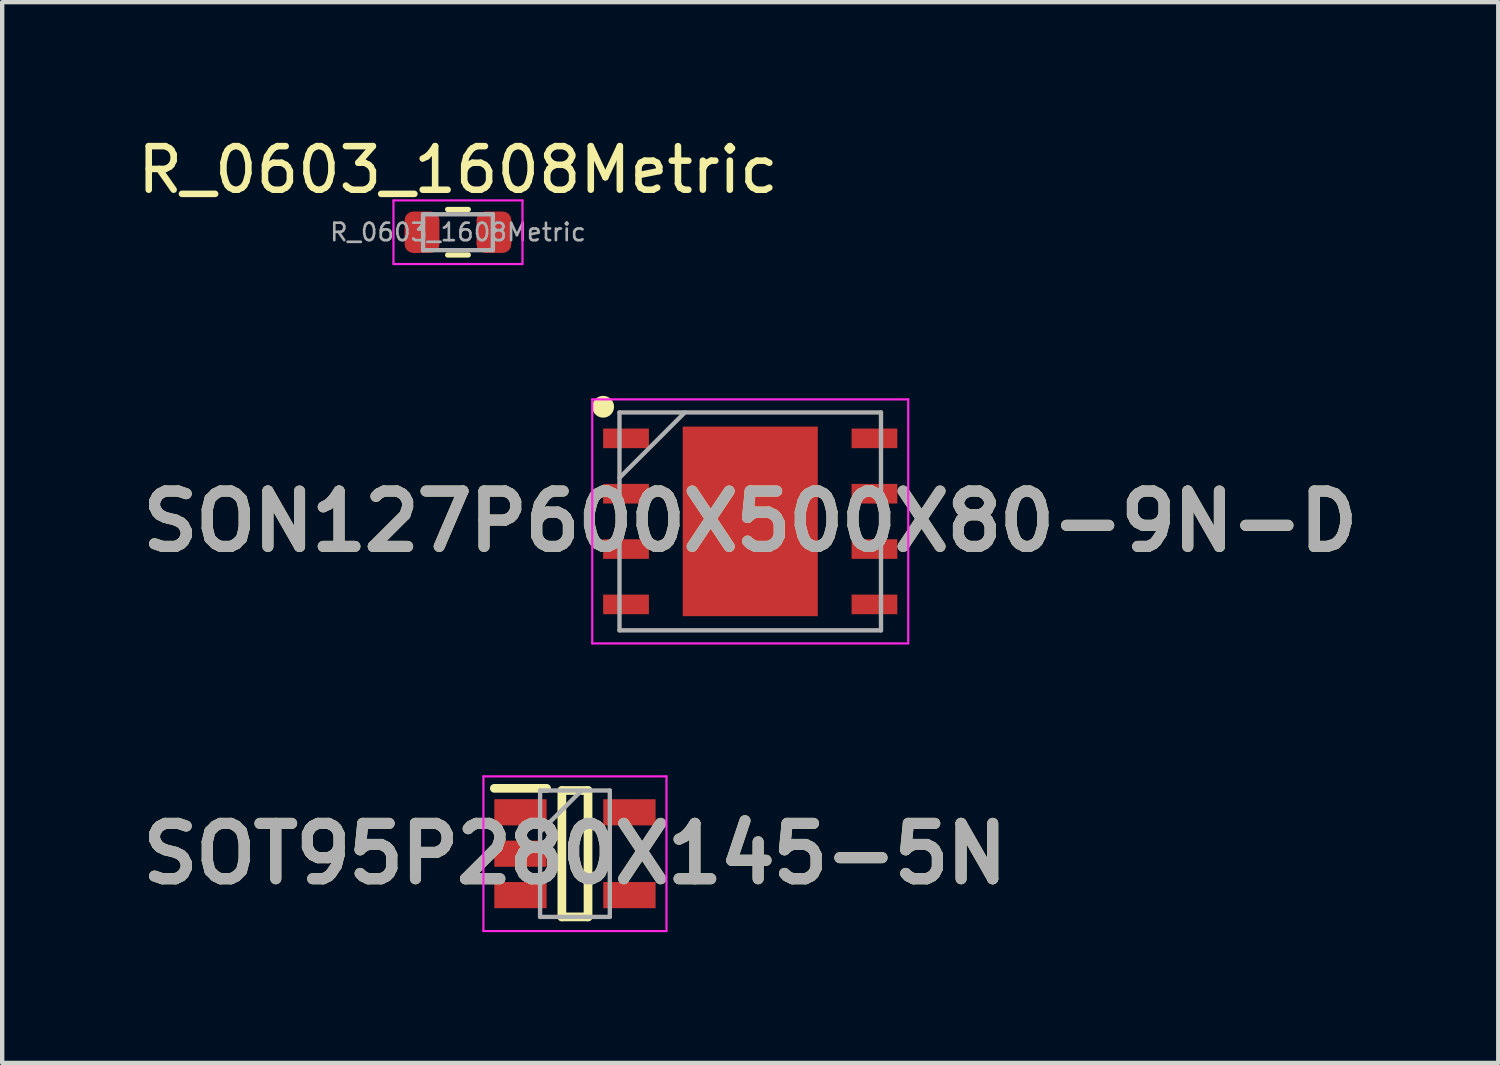
<source format=kicad_pcb>
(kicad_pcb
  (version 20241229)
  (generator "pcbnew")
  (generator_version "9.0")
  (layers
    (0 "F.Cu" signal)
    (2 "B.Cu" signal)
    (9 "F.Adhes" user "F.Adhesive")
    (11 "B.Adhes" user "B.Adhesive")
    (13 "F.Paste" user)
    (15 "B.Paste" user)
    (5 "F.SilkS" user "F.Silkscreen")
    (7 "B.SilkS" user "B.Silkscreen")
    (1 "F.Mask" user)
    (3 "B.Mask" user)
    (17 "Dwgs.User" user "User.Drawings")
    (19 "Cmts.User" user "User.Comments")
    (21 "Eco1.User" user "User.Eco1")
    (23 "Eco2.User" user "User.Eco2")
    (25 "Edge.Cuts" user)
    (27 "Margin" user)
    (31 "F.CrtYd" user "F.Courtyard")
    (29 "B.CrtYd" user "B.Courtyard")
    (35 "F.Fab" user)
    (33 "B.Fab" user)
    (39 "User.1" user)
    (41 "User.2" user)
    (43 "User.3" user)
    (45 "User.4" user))
  (footprint "R_0603_1608Metric"
    (layer "F.Cu")
    (at 7.458 2.278)
    (property "Reference" "R_0603_1608Metric" (at 0 -1.43 0) (layer "F.SilkS") (effects (font (size 1 1) (thickness 0.15))))
    (attr smd)
    (fp_line (start -0.237 -0.522) (end 0.237 -0.522) (stroke (width 0.12) (type solid)) (layer "F.SilkS"))
    (fp_line (start -0.237 0.522) (end 0.237 0.522) (stroke (width 0.12) (type solid)) (layer "F.SilkS"))
    (fp_line (start -1.48 -0.73) (end 1.48 -0.73) (stroke (width 0.05) (type solid)) (layer "F.CrtYd"))
    (fp_line (start -1.48 0.73) (end -1.48 -0.73) (stroke (width 0.05) (type solid)) (layer "F.CrtYd"))
    (fp_line (start 1.48 -0.73) (end 1.48 0.73) (stroke (width 0.05) (type solid)) (layer "F.CrtYd"))
    (fp_line (start 1.48 0.73) (end -1.48 0.73) (stroke (width 0.05) (type solid)) (layer "F.CrtYd"))
    (fp_line (start -0.8 -0.412) (end 0.8 -0.412) (stroke (width 0.1) (type solid)) (layer "F.Fab"))
    (fp_line (start -0.8 0.412) (end -0.8 -0.412) (stroke (width 0.1) (type solid)) (layer "F.Fab"))
    (fp_line (start 0.8 -0.412) (end 0.8 0.412) (stroke (width 0.1) (type solid)) (layer "F.Fab"))
    (fp_line (start 0.8 0.412) (end -0.8 0.412) (stroke (width 0.1) (type solid)) (layer "F.Fab"))
    (fp_text user "${REFERENCE}" (at 0 0 0) (layer "F.Fab") (effects (font (size 0.4 0.4) (thickness 0.06))))
    (pad "1" smd roundrect (at -0.825 0) (size 0.8 0.95) (layers "F.Cu" "F.Mask" "F.Paste") (roundrect_rratio 0.25))
    (pad "2" smd roundrect (at 0.825 0) (size 0.8 0.95) (layers "F.Cu" "F.Mask" "F.Paste") (roundrect_rratio 0.25)))
  (footprint "SON127P600X500X80-9N-D"
    (layer "F.Cu")
    (at 14.164 8.913)
    (property "Reference" "SON127P600X500X80-9N-D" (at 0 0 0) (layer "F.SilkS") (effects (font (size 1.27 1.27) (thickness 0.254))))
    (attr smd)
    (fp_circle (center -3.375 -2.63) (end -3.375 -2.505) (stroke (width 0.25) (type solid)) (fill no) (layer "F.SilkS"))
    (fp_line (start -3.625 -2.8) (end 3.625 -2.8) (stroke (width 0.05) (type solid)) (layer "F.CrtYd"))
    (fp_line (start -3.625 2.8) (end -3.625 -2.8) (stroke (width 0.05) (type solid)) (layer "F.CrtYd"))
    (fp_line (start 3.625 -2.8) (end 3.625 2.8) (stroke (width 0.05) (type solid)) (layer "F.CrtYd"))
    (fp_line (start 3.625 2.8) (end -3.625 2.8) (stroke (width 0.05) (type solid)) (layer "F.CrtYd"))
    (fp_line (start -3 -2.5) (end 3 -2.5) (stroke (width 0.1) (type solid)) (layer "F.Fab"))
    (fp_line (start -3 -1) (end -1.5 -2.5) (stroke (width 0.1) (type solid)) (layer "F.Fab"))
    (fp_line (start -3 2.5) (end -3 -2.5) (stroke (width 0.1) (type solid)) (layer "F.Fab"))
    (fp_line (start 3 -2.5) (end 3 2.5) (stroke (width 0.1) (type solid)) (layer "F.Fab"))
    (fp_line (start 3 2.5) (end -3 2.5) (stroke (width 0.1) (type solid)) (layer "F.Fab"))
    (fp_text user "${REFERENCE}" (at 0 0 0) (layer "F.Fab") (effects (font (size 1.27 1.27) (thickness 0.254))))
    (pad "1" smd rect (at -2.85 -1.905 90) (size 0.45 1.05) (layers "F.Cu" "F.Mask" "F.Paste"))
    (pad "2" smd rect (at -2.85 -0.635 90) (size 0.45 1.05) (layers "F.Cu" "F.Mask" "F.Paste"))
    (pad "3" smd rect (at -2.85 0.635 90) (size 0.45 1.05) (layers "F.Cu" "F.Mask" "F.Paste"))
    (pad "4" smd rect (at -2.85 1.905 90) (size 0.45 1.05) (layers "F.Cu" "F.Mask" "F.Paste"))
    (pad "5" smd rect (at 2.85 1.905 90) (size 0.45 1.05) (layers "F.Cu" "F.Mask" "F.Paste"))
    (pad "6" smd rect (at 2.85 0.635 90) (size 0.45 1.05) (layers "F.Cu" "F.Mask" "F.Paste"))
    (pad "7" smd rect (at 2.85 -0.635 90) (size 0.45 1.05) (layers "F.Cu" "F.Mask" "F.Paste"))
    (pad "8" smd rect (at 2.85 -1.905 90) (size 0.45 1.05) (layers "F.Cu" "F.Mask" "F.Paste"))
    (pad "9" smd rect (at 0 0) (size 3.1 4.35) (layers "F.Cu" "F.Mask" "F.Paste")))
  (footprint "SOT95P280X145-5N"
    (layer "F.Cu")
    (at 10.142 16.538)
    (property "Reference" "SOT95P280X145-5N" (at 0 0 0) (layer "F.SilkS") (effects (font (size 1.27 1.27) (thickness 0.254))))
    (attr smd)
    (fp_line (start -1.85 -1.5) (end -0.65 -1.5) (stroke (width 0.2) (type solid)) (layer "F.SilkS"))
    (fp_line (start -0.3 -1.45) (end 0.3 -1.45) (stroke (width 0.2) (type solid)) (layer "F.SilkS"))
    (fp_line (start -0.3 1.45) (end -0.3 -1.45) (stroke (width 0.2) (type solid)) (layer "F.SilkS"))
    (fp_line (start 0.3 -1.45) (end 0.3 1.45) (stroke (width 0.2) (type solid)) (layer "F.SilkS"))
    (fp_line (start 0.3 1.45) (end -0.3 1.45) (stroke (width 0.2) (type solid)) (layer "F.SilkS"))
    (fp_line (start -2.1 -1.775) (end 2.1 -1.775) (stroke (width 0.05) (type solid)) (layer "F.CrtYd"))
    (fp_line (start -2.1 1.775) (end -2.1 -1.775) (stroke (width 0.05) (type solid)) (layer "F.CrtYd"))
    (fp_line (start 2.1 -1.775) (end 2.1 1.775) (stroke (width 0.05) (type solid)) (layer "F.CrtYd"))
    (fp_line (start 2.1 1.775) (end -2.1 1.775) (stroke (width 0.05) (type solid)) (layer "F.CrtYd"))
    (fp_line (start -0.8 -1.45) (end 0.8 -1.45) (stroke (width 0.1) (type solid)) (layer "F.Fab"))
    (fp_line (start -0.8 -0.5) (end 0.15 -1.45) (stroke (width 0.1) (type solid)) (layer "F.Fab"))
    (fp_line (start -0.8 1.45) (end -0.8 -1.45) (stroke (width 0.1) (type solid)) (layer "F.Fab"))
    (fp_line (start 0.8 -1.45) (end 0.8 1.45) (stroke (width 0.1) (type solid)) (layer "F.Fab"))
    (fp_line (start 0.8 1.45) (end -0.8 1.45) (stroke (width 0.1) (type solid)) (layer "F.Fab"))
    (fp_text user "${REFERENCE}" (at 0 0 0) (layer "F.Fab") (effects (font (size 1.27 1.27) (thickness 0.254))))
    (pad "1" smd rect (at -1.25 -0.95 90) (size 0.6 1.2) (layers "F.Cu" "F.Mask" "F.Paste"))
    (pad "2" smd rect (at -1.25 0 90) (size 0.6 1.2) (layers "F.Cu" "F.Mask" "F.Paste"))
    (pad "3" smd rect (at -1.25 0.95 90) (size 0.6 1.2) (layers "F.Cu" "F.Mask" "F.Paste"))
    (pad "4" smd rect (at 1.25 0.95 90) (size 0.6 1.2) (layers "F.Cu" "F.Mask" "F.Paste"))
    (pad "5" smd rect (at 1.25 -0.95 90) (size 0.6 1.2) (layers "F.Cu" "F.Mask" "F.Paste")))
  (gr_rect
    (start -3 -3)
    (end 31.327 21.338)
    (stroke (width 0.1) (type default))
    (fill no)
    (layer "Edge.Cuts")))
</source>
